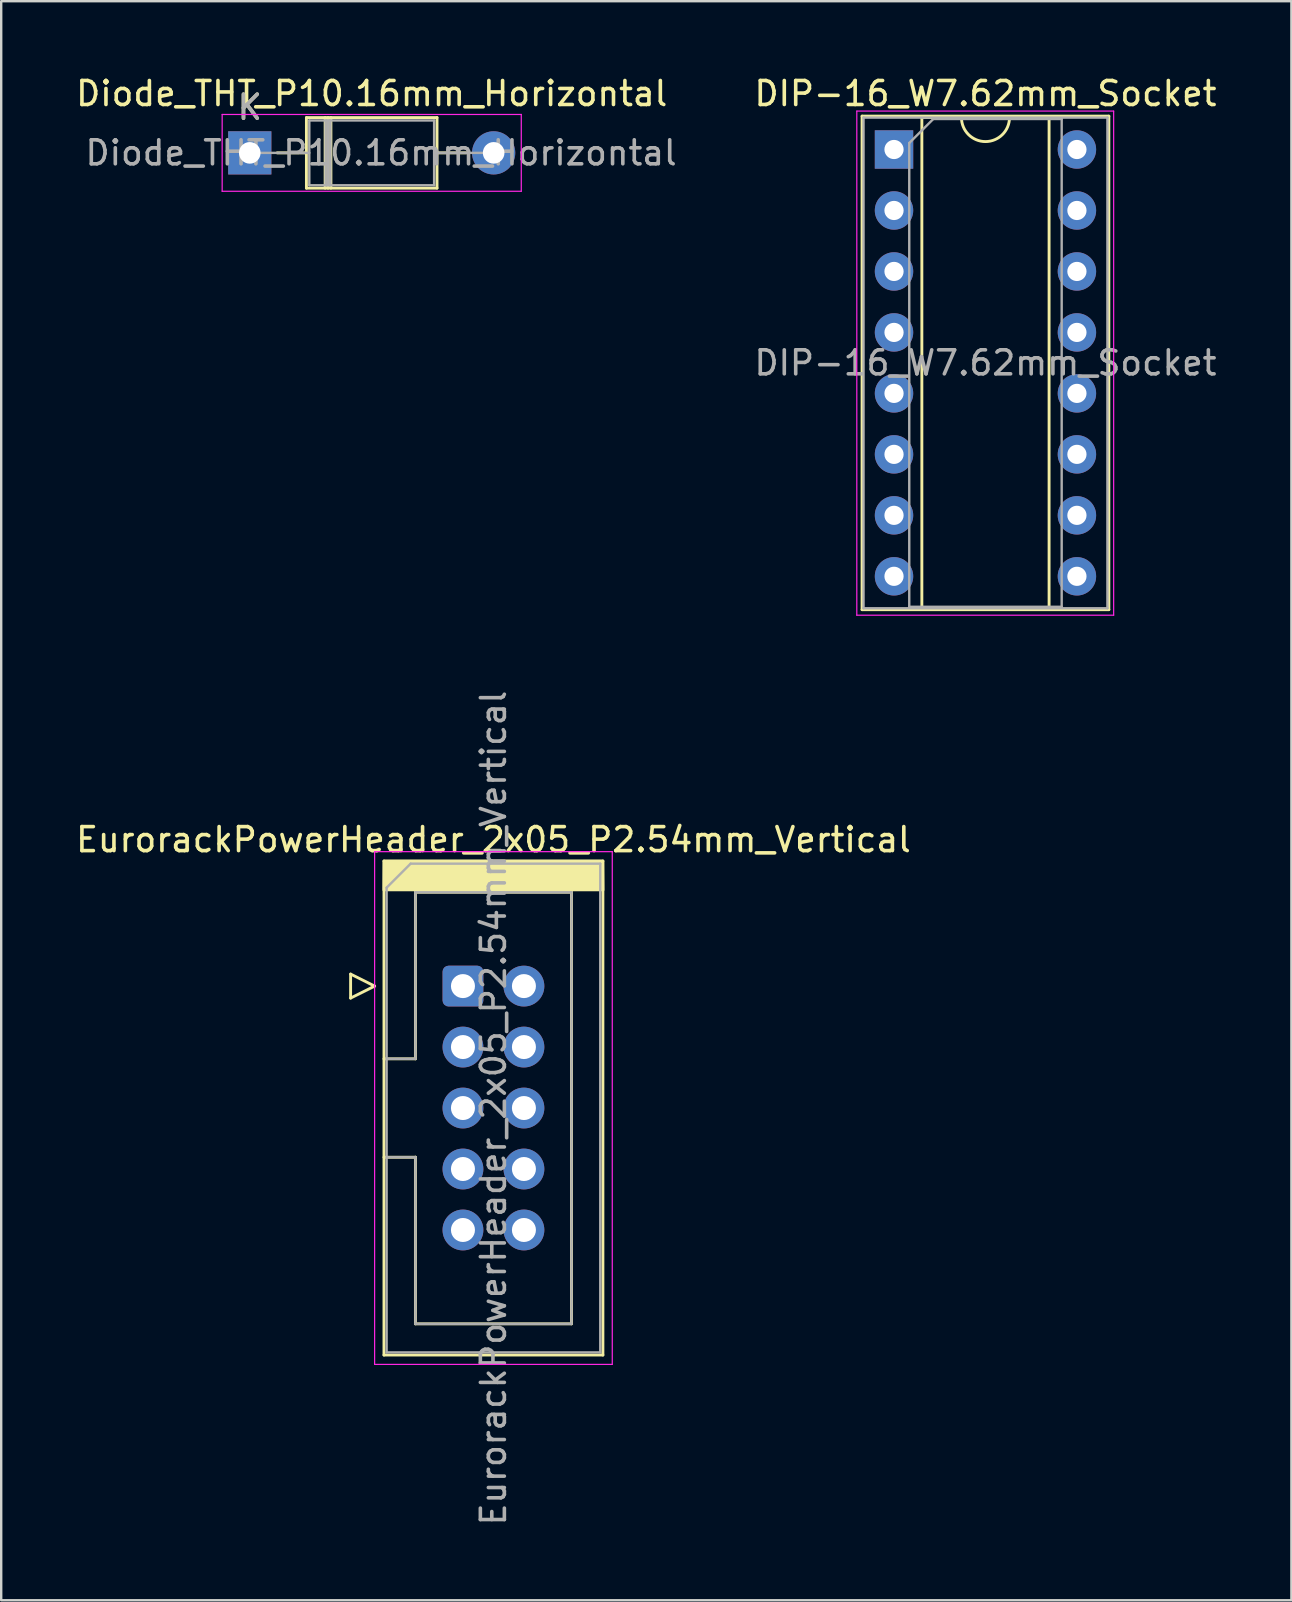
<source format=kicad_pcb>
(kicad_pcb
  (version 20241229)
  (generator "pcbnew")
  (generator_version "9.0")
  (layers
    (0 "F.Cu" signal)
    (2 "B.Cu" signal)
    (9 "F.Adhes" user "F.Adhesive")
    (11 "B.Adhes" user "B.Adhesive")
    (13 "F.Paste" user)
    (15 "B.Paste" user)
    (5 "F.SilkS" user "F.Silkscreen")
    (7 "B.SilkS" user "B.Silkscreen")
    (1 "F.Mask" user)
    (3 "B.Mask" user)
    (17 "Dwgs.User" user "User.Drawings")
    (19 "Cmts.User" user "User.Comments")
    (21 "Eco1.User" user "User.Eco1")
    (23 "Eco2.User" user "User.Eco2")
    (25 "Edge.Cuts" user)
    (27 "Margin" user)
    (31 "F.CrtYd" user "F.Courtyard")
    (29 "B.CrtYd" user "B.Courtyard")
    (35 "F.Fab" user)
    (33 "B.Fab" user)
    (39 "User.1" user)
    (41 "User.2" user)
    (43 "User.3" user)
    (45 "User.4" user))
  (footprint "DIP-16_W7.62mm_Socket"
    (layer "F.Cu")
    (at 34.193 3.178)
    (property "Reference" "DIP-16_W7.62mm_Socket" (at 3.81 -2.33 0) (layer "F.SilkS") (effects (font (size 1 1) (thickness 0.15))))
    (attr through_hole)
    (fp_line (start -1.33 -1.39) (end -1.33 19.17) (stroke (width 0.12) (type solid)) (layer "F.SilkS"))
    (fp_line (start -1.33 19.17) (end 8.95 19.17) (stroke (width 0.12) (type solid)) (layer "F.SilkS"))
    (fp_line (start 1.16 -1.33) (end 1.16 19.11) (stroke (width 0.12) (type solid)) (layer "F.SilkS"))
    (fp_line (start 1.16 19.11) (end 6.46 19.11) (stroke (width 0.12) (type solid)) (layer "F.SilkS"))
    (fp_line (start 2.81 -1.33) (end 1.16 -1.33) (stroke (width 0.12) (type solid)) (layer "F.SilkS"))
    (fp_line (start 6.46 -1.33) (end 4.81 -1.33) (stroke (width 0.12) (type solid)) (layer "F.SilkS"))
    (fp_line (start 6.46 19.11) (end 6.46 -1.33) (stroke (width 0.12) (type solid)) (layer "F.SilkS"))
    (fp_line (start 8.95 -1.39) (end -1.33 -1.39) (stroke (width 0.12) (type solid)) (layer "F.SilkS"))
    (fp_line (start 8.95 19.17) (end 8.95 -1.39) (stroke (width 0.12) (type solid)) (layer "F.SilkS"))
    (fp_arc (start 4.81 -1.33) (mid 3.81 -0.33) (end 2.81 -1.33) (stroke (width 0.12) (type solid)) (layer "F.SilkS"))
    (fp_line (start -1.55 -1.6) (end -1.55 19.4) (stroke (width 0.05) (type solid)) (layer "F.CrtYd"))
    (fp_line (start -1.55 19.4) (end 9.15 19.4) (stroke (width 0.05) (type solid)) (layer "F.CrtYd"))
    (fp_line (start 9.15 -1.6) (end -1.55 -1.6) (stroke (width 0.05) (type solid)) (layer "F.CrtYd"))
    (fp_line (start 9.15 19.4) (end 9.15 -1.6) (stroke (width 0.05) (type solid)) (layer "F.CrtYd"))
    (fp_line (start -1.27 -1.33) (end -1.27 19.11) (stroke (width 0.1) (type solid)) (layer "F.Fab"))
    (fp_line (start -1.27 19.11) (end 8.89 19.11) (stroke (width 0.1) (type solid)) (layer "F.Fab"))
    (fp_line (start 0.635 -0.27) (end 1.635 -1.27) (stroke (width 0.1) (type solid)) (layer "F.Fab"))
    (fp_line (start 0.635 19.05) (end 0.635 -0.27) (stroke (width 0.1) (type solid)) (layer "F.Fab"))
    (fp_line (start 1.635 -1.27) (end 6.985 -1.27) (stroke (width 0.1) (type solid)) (layer "F.Fab"))
    (fp_line (start 6.985 -1.27) (end 6.985 19.05) (stroke (width 0.1) (type solid)) (layer "F.Fab"))
    (fp_line (start 6.985 19.05) (end 0.635 19.05) (stroke (width 0.1) (type solid)) (layer "F.Fab"))
    (fp_line (start 8.89 -1.33) (end -1.27 -1.33) (stroke (width 0.1) (type solid)) (layer "F.Fab"))
    (fp_line (start 8.89 19.11) (end 8.89 -1.33) (stroke (width 0.1) (type solid)) (layer "F.Fab"))
    (fp_text user "${REFERENCE}" (at 3.81 8.89 0) (layer "F.Fab") (effects (font (size 1 1) (thickness 0.15))))
    (pad "1" thru_hole rect (at 0 0) (size 1.6 1.6) (drill 0.8) (layers "*.Cu" "*.Mask"))
    (pad "2" thru_hole oval (at 0 2.54) (size 1.6 1.6) (drill 0.8) (layers "*.Cu" "*.Mask"))
    (pad "3" thru_hole oval (at 0 5.08) (size 1.6 1.6) (drill 0.8) (layers "*.Cu" "*.Mask"))
    (pad "4" thru_hole oval (at 0 7.62) (size 1.6 1.6) (drill 0.8) (layers "*.Cu" "*.Mask"))
    (pad "5" thru_hole oval (at 0 10.16) (size 1.6 1.6) (drill 0.8) (layers "*.Cu" "*.Mask"))
    (pad "6" thru_hole oval (at 0 12.7) (size 1.6 1.6) (drill 0.8) (layers "*.Cu" "*.Mask"))
    (pad "7" thru_hole oval (at 0 15.24) (size 1.6 1.6) (drill 0.8) (layers "*.Cu" "*.Mask"))
    (pad "8" thru_hole oval (at 0 17.78) (size 1.6 1.6) (drill 0.8) (layers "*.Cu" "*.Mask"))
    (pad "9" thru_hole oval (at 7.62 17.78) (size 1.6 1.6) (drill 0.8) (layers "*.Cu" "*.Mask"))
    (pad "10" thru_hole oval (at 7.62 15.24) (size 1.6 1.6) (drill 0.8) (layers "*.Cu" "*.Mask"))
    (pad "11" thru_hole oval (at 7.62 12.7) (size 1.6 1.6) (drill 0.8) (layers "*.Cu" "*.Mask"))
    (pad "12" thru_hole oval (at 7.62 10.16) (size 1.6 1.6) (drill 0.8) (layers "*.Cu" "*.Mask"))
    (pad "13" thru_hole oval (at 7.62 7.62) (size 1.6 1.6) (drill 0.8) (layers "*.Cu" "*.Mask"))
    (pad "14" thru_hole oval (at 7.62 5.08) (size 1.6 1.6) (drill 0.8) (layers "*.Cu" "*.Mask"))
    (pad "15" thru_hole oval (at 7.62 2.54) (size 1.6 1.6) (drill 0.8) (layers "*.Cu" "*.Mask"))
    (pad "16" thru_hole oval (at 7.62 0) (size 1.6 1.6) (drill 0.8) (layers "*.Cu" "*.Mask")))
  (footprint "EurorackPowerHeader_2x05_P2.54mm_Vertical"
    (layer "F.Cu")
    (at 16.236 38.029)
    (property "Reference" "EurorackPowerHeader_2x05_P2.54mm_Vertical" (at 1.27 -6.1 0) (layer "F.SilkS") (effects (font (size 1 1) (thickness 0.15))))
    (attr through_hole)
    (fp_line (start -4.68 -0.5) (end -4.68 0.5) (stroke (width 0.12) (type solid)) (layer "F.SilkS"))
    (fp_line (start -4.68 0.5) (end -3.68 0) (stroke (width 0.12) (type solid)) (layer "F.SilkS"))
    (fp_line (start -3.68 0) (end -4.68 -0.5) (stroke (width 0.12) (type solid)) (layer "F.SilkS"))
    (fp_line (start -3.29 -5.21) (end 5.83 -5.21) (stroke (width 0.12) (type solid)) (layer "F.SilkS"))
    (fp_line (start -3.29 3.03) (end -1.98 3.03) (stroke (width 0.12) (type solid)) (layer "F.SilkS"))
    (fp_line (start -3.29 15.37) (end -3.29 -5.21) (stroke (width 0.12) (type solid)) (layer "F.SilkS"))
    (fp_line (start -1.98 -3.91) (end 4.52 -3.91) (stroke (width 0.12) (type solid)) (layer "F.SilkS"))
    (fp_line (start -1.98 3.03) (end -1.98 -3.91) (stroke (width 0.12) (type solid)) (layer "F.SilkS"))
    (fp_line (start -1.98 7.13) (end -3.29 7.13) (stroke (width 0.12) (type solid)) (layer "F.SilkS"))
    (fp_line (start -1.98 7.13) (end -1.98 7.13) (stroke (width 0.12) (type solid)) (layer "F.SilkS"))
    (fp_line (start -1.98 14.07) (end -1.98 7.13) (stroke (width 0.12) (type solid)) (layer "F.SilkS"))
    (fp_line (start 4.52 -3.91) (end 4.52 14.07) (stroke (width 0.12) (type solid)) (layer "F.SilkS"))
    (fp_line (start 4.52 14.07) (end -1.98 14.07) (stroke (width 0.12) (type solid)) (layer "F.SilkS"))
    (fp_line (start 5.83 -5.21) (end 5.83 15.37) (stroke (width 0.12) (type solid)) (layer "F.SilkS"))
    (fp_line (start 5.83 15.37) (end -3.29 15.37) (stroke (width 0.12) (type solid)) (layer "F.SilkS"))
    (fp_poly (pts (xy 5.842 -4) (xy -3.302 -4) (xy -3.29 -5.21) (xy 5.83 -5.21)) (stroke (width 0.1) (type solid)) (fill yes) (layer "F.SilkS"))
    (fp_line (start -3.68 -5.6) (end -3.68 15.76) (stroke (width 0.05) (type solid)) (layer "F.CrtYd"))
    (fp_line (start -3.68 15.76) (end 6.22 15.76) (stroke (width 0.05) (type solid)) (layer "F.CrtYd"))
    (fp_line (start 6.22 -5.6) (end -3.68 -5.6) (stroke (width 0.05) (type solid)) (layer "F.CrtYd"))
    (fp_line (start 6.22 15.76) (end 6.22 -5.6) (stroke (width 0.05) (type solid)) (layer "F.CrtYd"))
    (fp_line (start -3.18 -4.1) (end -2.18 -5.1) (stroke (width 0.1) (type solid)) (layer "F.Fab"))
    (fp_line (start -3.18 3.03) (end -1.98 3.03) (stroke (width 0.1) (type solid)) (layer "F.Fab"))
    (fp_line (start -3.18 15.26) (end -3.18 -4.1) (stroke (width 0.1) (type solid)) (layer "F.Fab"))
    (fp_line (start -2.18 -5.1) (end 5.72 -5.1) (stroke (width 0.1) (type solid)) (layer "F.Fab"))
    (fp_line (start -1.98 -3.91) (end 4.52 -3.91) (stroke (width 0.1) (type solid)) (layer "F.Fab"))
    (fp_line (start -1.98 3.03) (end -1.98 -3.91) (stroke (width 0.1) (type solid)) (layer "F.Fab"))
    (fp_line (start -1.98 7.13) (end -3.18 7.13) (stroke (width 0.1) (type solid)) (layer "F.Fab"))
    (fp_line (start -1.98 7.13) (end -1.98 7.13) (stroke (width 0.1) (type solid)) (layer "F.Fab"))
    (fp_line (start -1.98 14.07) (end -1.98 7.13) (stroke (width 0.1) (type solid)) (layer "F.Fab"))
    (fp_line (start 4.52 -3.91) (end 4.52 14.07) (stroke (width 0.1) (type solid)) (layer "F.Fab"))
    (fp_line (start 4.52 14.07) (end -1.98 14.07) (stroke (width 0.1) (type solid)) (layer "F.Fab"))
    (fp_line (start 5.72 -5.1) (end 5.72 15.26) (stroke (width 0.1) (type solid)) (layer "F.Fab"))
    (fp_line (start 5.72 15.26) (end -3.18 15.26) (stroke (width 0.1) (type solid)) (layer "F.Fab"))
    (fp_text user "${REFERENCE}" (at 1.27 5.08 90) (layer "F.Fab") (effects (font (size 1 1) (thickness 0.15))))
    (pad "1" thru_hole roundrect (at 0 0) (size 1.7 1.7) (drill 1) (layers "*.Cu" "*.Mask") (roundrect_rratio 0.147))
    (pad "2" thru_hole circle (at 2.54 0) (size 1.7 1.7) (drill 1) (layers "*.Cu" "*.Mask"))
    (pad "3" thru_hole circle (at 0 2.54) (size 1.7 1.7) (drill 1) (layers "*.Cu" "*.Mask"))
    (pad "4" thru_hole circle (at 2.54 2.54) (size 1.7 1.7) (drill 1) (layers "*.Cu" "*.Mask"))
    (pad "5" thru_hole circle (at 0 5.08) (size 1.7 1.7) (drill 1) (layers "*.Cu" "*.Mask"))
    (pad "6" thru_hole circle (at 2.54 5.08) (size 1.7 1.7) (drill 1) (layers "*.Cu" "*.Mask"))
    (pad "7" thru_hole circle (at 0 7.62) (size 1.7 1.7) (drill 1) (layers "*.Cu" "*.Mask"))
    (pad "8" thru_hole circle (at 2.54 7.62) (size 1.7 1.7) (drill 1) (layers "*.Cu" "*.Mask"))
    (pad "9" thru_hole circle (at 0 10.16) (size 1.7 1.7) (drill 1) (layers "*.Cu" "*.Mask"))
    (pad "10" thru_hole circle (at 2.54 10.16) (size 1.7 1.7) (drill 1) (layers "*.Cu" "*.Mask")))
  (footprint "Diode_THT_P10.16mm_Horizontal"
    (layer "F.Cu")
    (at 7.355 3.318)
    (property "Reference" "Diode_THT_P10.16mm_Horizontal" (at 5.08 -2.47 0) (layer "F.SilkS") (effects (font (size 1 1) (thickness 0.15))))
    (attr through_hole)
    (fp_line (start 1.14 0) (end 2.36 0) (stroke (width 0.12) (type solid)) (layer "F.SilkS"))
    (fp_line (start 2.36 -1.47) (end 2.36 1.47) (stroke (width 0.12) (type solid)) (layer "F.SilkS"))
    (fp_line (start 2.36 1.47) (end 7.8 1.47) (stroke (width 0.12) (type solid)) (layer "F.SilkS"))
    (fp_line (start 3.14 -1.47) (end 3.14 1.47) (stroke (width 0.12) (type solid)) (layer "F.SilkS"))
    (fp_line (start 3.26 -1.47) (end 3.26 1.47) (stroke (width 0.12) (type solid)) (layer "F.SilkS"))
    (fp_line (start 3.38 -1.47) (end 3.38 1.47) (stroke (width 0.12) (type solid)) (layer "F.SilkS"))
    (fp_line (start 7.8 -1.47) (end 2.36 -1.47) (stroke (width 0.12) (type solid)) (layer "F.SilkS"))
    (fp_line (start 7.8 1.47) (end 7.8 -1.47) (stroke (width 0.12) (type solid)) (layer "F.SilkS"))
    (fp_line (start 9.02 0) (end 7.8 0) (stroke (width 0.12) (type solid)) (layer "F.SilkS"))
    (fp_line (start -1.15 -1.6) (end -1.15 1.6) (stroke (width 0.05) (type solid)) (layer "F.CrtYd"))
    (fp_line (start -1.15 1.6) (end 11.31 1.6) (stroke (width 0.05) (type solid)) (layer "F.CrtYd"))
    (fp_line (start 11.31 -1.6) (end -1.15 -1.6) (stroke (width 0.05) (type solid)) (layer "F.CrtYd"))
    (fp_line (start 11.31 1.6) (end 11.31 -1.6) (stroke (width 0.05) (type solid)) (layer "F.CrtYd"))
    (fp_line (start 0 0) (end 2.48 0) (stroke (width 0.1) (type solid)) (layer "F.Fab"))
    (fp_line (start 2.48 -1.35) (end 2.48 1.35) (stroke (width 0.1) (type solid)) (layer "F.Fab"))
    (fp_line (start 2.48 1.35) (end 7.68 1.35) (stroke (width 0.1) (type solid)) (layer "F.Fab"))
    (fp_line (start 3.16 -1.35) (end 3.16 1.35) (stroke (width 0.1) (type solid)) (layer "F.Fab"))
    (fp_line (start 3.26 -1.35) (end 3.26 1.35) (stroke (width 0.1) (type solid)) (layer "F.Fab"))
    (fp_line (start 3.36 -1.35) (end 3.36 1.35) (stroke (width 0.1) (type solid)) (layer "F.Fab"))
    (fp_line (start 7.68 -1.35) (end 2.48 -1.35) (stroke (width 0.1) (type solid)) (layer "F.Fab"))
    (fp_line (start 7.68 1.35) (end 7.68 -1.35) (stroke (width 0.1) (type solid)) (layer "F.Fab"))
    (fp_line (start 10.16 0) (end 7.68 0) (stroke (width 0.1) (type solid)) (layer "F.Fab"))
    (fp_text user "K" (at 0 -1.9 0) (layer "F.SilkS") (effects (font (size 1 1) (thickness 0.15))))
    (fp_text user "K" (at 0 -1.9 0) (layer "F.Fab") (effects (font (size 1 1) (thickness 0.15))))
    (fp_text user "${REFERENCE}" (at 5.47 0 0) (layer "F.Fab") (effects (font (size 1 1) (thickness 0.15))))
    (pad "1" thru_hole rect (at 0 0) (size 1.8 1.8) (drill 0.9) (layers "*.Cu" "*.Mask"))
    (pad "2" thru_hole oval (at 10.16 0) (size 1.8 1.8) (drill 0.9) (layers "*.Cu" "*.Mask")))
  (gr_rect
    (start -3 -3)
    (end 50.747 63.615)
    (stroke (width 0.1) (type default))
    (fill no)
    (layer "Edge.Cuts")))
</source>
